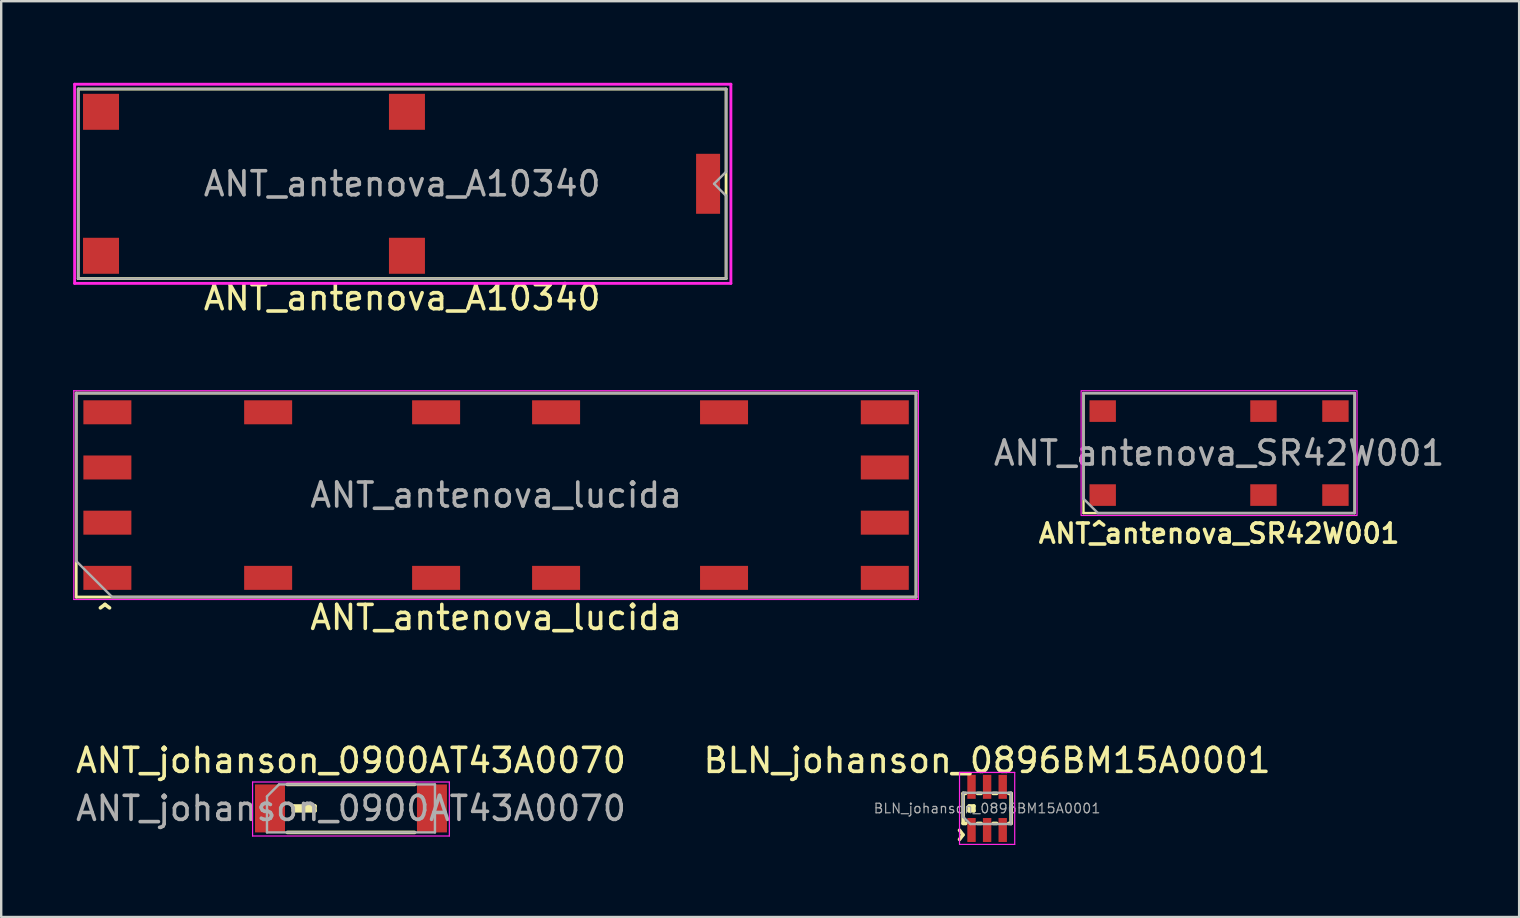
<source format=kicad_pcb>
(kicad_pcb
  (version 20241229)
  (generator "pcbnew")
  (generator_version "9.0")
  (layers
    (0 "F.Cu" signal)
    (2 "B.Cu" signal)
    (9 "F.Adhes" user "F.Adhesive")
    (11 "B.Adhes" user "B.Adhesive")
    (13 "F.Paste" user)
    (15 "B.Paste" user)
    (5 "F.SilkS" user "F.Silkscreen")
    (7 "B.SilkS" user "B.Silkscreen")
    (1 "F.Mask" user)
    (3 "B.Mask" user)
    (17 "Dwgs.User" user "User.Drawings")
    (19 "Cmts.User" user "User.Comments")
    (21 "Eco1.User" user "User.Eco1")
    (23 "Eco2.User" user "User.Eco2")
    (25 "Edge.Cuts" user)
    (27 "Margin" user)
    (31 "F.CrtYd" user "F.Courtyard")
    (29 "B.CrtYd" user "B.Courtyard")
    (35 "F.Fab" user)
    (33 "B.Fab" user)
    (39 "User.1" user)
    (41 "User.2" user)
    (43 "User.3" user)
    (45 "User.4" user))
  (footprint "BLN_johanson_0896BM15A0001"
    (placed yes)
    (layer "F.Cu")
    (at 38.089 30.642)
    (property "Reference" "BLN_johanson_0896BM15A0001" (at 0 -2 0) (layer "F.SilkS") (effects (font (size 1 1) (thickness 0.15))))
    (attr smd)
    (fp_line (start -1 -0.625) (end -1 0.625) (stroke (width 0.15) (type solid)) (layer "F.SilkS"))
    (fp_line (start -1 -0.625) (end -0.9 -0.625) (stroke (width 0.15) (type solid)) (layer "F.SilkS"))
    (fp_line (start -1 0.625) (end -0.9 0.625) (stroke (width 0.15) (type solid)) (layer "F.SilkS"))
    (fp_line (start -0.9 0.625) (end -0.925 0.625) (stroke (width 0.15) (type solid)) (layer "F.SilkS"))
    (fp_line (start -0.75 -0.1) (end -0.75 0.1) (stroke (width 0.15) (type solid)) (layer "F.SilkS"))
    (fp_line (start -0.75 0.1) (end -0.55 0.1) (stroke (width 0.15) (type solid)) (layer "F.SilkS"))
    (fp_line (start -0.65 0) (end -0.65 -0.05) (stroke (width 0.15) (type solid)) (layer "F.SilkS"))
    (fp_line (start -0.55 -0.1) (end -0.75 -0.1) (stroke (width 0.15) (type solid)) (layer "F.SilkS"))
    (fp_line (start -0.55 0.1) (end -0.55 -0.1) (stroke (width 0.15) (type solid)) (layer "F.SilkS"))
    (fp_line (start -0.4 0.625) (end -0.25 0.625) (stroke (width 0.15) (type solid)) (layer "F.SilkS"))
    (fp_line (start -0.25 -0.625) (end -0.4 -0.625) (stroke (width 0.15) (type solid)) (layer "F.SilkS"))
    (fp_line (start 0.25 -0.625) (end 0.4 -0.625) (stroke (width 0.15) (type solid)) (layer "F.SilkS"))
    (fp_line (start 0.25 0.625) (end 0.4 0.625) (stroke (width 0.15) (type solid)) (layer "F.SilkS"))
    (fp_line (start 1 -0.625) (end 0.9 -0.625) (stroke (width 0.15) (type solid)) (layer "F.SilkS"))
    (fp_line (start 1 -0.625) (end 1 0.625) (stroke (width 0.15) (type solid)) (layer "F.SilkS"))
    (fp_line (start 1 0.625) (end 0.9 0.625) (stroke (width 0.15) (type solid)) (layer "F.SilkS"))
    (fp_line (start -1.15 -1.5) (end 1.15 -1.5) (stroke (width 0.05) (type solid)) (layer "F.CrtYd"))
    (fp_line (start -1.15 1.5) (end -1.15 -1.5) (stroke (width 0.05) (type solid)) (layer "F.CrtYd"))
    (fp_line (start 1.15 -1.5) (end 1.15 1.5) (stroke (width 0.05) (type solid)) (layer "F.CrtYd"))
    (fp_line (start 1.15 1.5) (end -1.15 1.5) (stroke (width 0.05) (type solid)) (layer "F.CrtYd"))
    (fp_line (start -1 -0.65) (end 1 -0.65) (stroke (width 0.1) (type solid)) (layer "F.Fab"))
    (fp_line (start -1 0.35) (end -1 -0.65) (stroke (width 0.1) (type solid)) (layer "F.Fab"))
    (fp_line (start -0.7 0.65) (end -1 0.35) (stroke (width 0.1) (type solid)) (layer "F.Fab"))
    (fp_line (start 1 -0.65) (end 1 0.65) (stroke (width 0.1) (type solid)) (layer "F.Fab"))
    (fp_line (start 1 0.65) (end -0.7 0.65) (stroke (width 0.1) (type solid)) (layer "F.Fab"))
    (fp_text user "^" (at -1.6 1.1 270) (unlocked yes) (layer "F.SilkS") (effects (font (size 1 1) (thickness 0.15))))
    (fp_text user "${REFERENCE}" (at 0 0 0) (unlocked yes) (layer "F.Fab") (effects (font (size 0.4 0.4) (thickness 0.05))))
    (pad "+" smd rect (at 0.65 -0.9) (size 0.35 1) (layers "F.Cu" "F.Mask" "F.Paste"))
    (pad "-" smd rect (at 0.65 0.9) (size 0.35 1) (layers "F.Cu" "F.Mask" "F.Paste"))
    (pad "Gnd" smd rect (at -0.65 -0.9) (size 0.35 1) (layers "F.Cu" "F.Mask" "F.Paste"))
    (pad "Gnd" smd rect (at 0 -0.9) (size 0.35 1) (layers "F.Cu" "F.Mask" "F.Paste"))
    (pad "Gnd" smd rect (at 0 0.9) (size 0.35 1) (layers "F.Cu" "F.Mask" "F.Paste"))
    (pad "Out" smd rect (at -0.65 0.9) (size 0.35 1) (layers "F.Cu" "F.Mask" "F.Paste")))
  (footprint "ANT_antenova_SR42W001"
    (layer "F.Cu")
    (at 47.756 15.833)
    (property "Reference" "ANT_antenova_SR42W001" (at 0 3.35 0) (layer "F.SilkS") (effects (font (size 0.8 0.8) (thickness 0.15))))
    (attr smd)
    (fp_line (start -5.65 -2.5) (end -5.65 2.5) (stroke (width 0.1) (type solid)) (layer "F.SilkS"))
    (fp_line (start -5.65 2.5) (end 5.65 2.5) (stroke (width 0.1) (type solid)) (layer "F.SilkS"))
    (fp_line (start 5.65 -2.5) (end -5.65 -2.5) (stroke (width 0.1) (type solid)) (layer "F.SilkS"))
    (fp_line (start 5.65 2.5) (end 5.65 -2.5) (stroke (width 0.1) (type solid)) (layer "F.SilkS"))
    (fp_rect (start -5.75 -2.6) (end 5.75 2.6) (stroke (width 0.05) (type solid)) (fill no) (layer "F.CrtYd"))
    (fp_line (start -5.65 -2.5) (end 5.65 -2.5) (stroke (width 0.1) (type solid)) (layer "F.Fab"))
    (fp_line (start -5.65 1.9) (end -5.65 -2.5) (stroke (width 0.1) (type solid)) (layer "F.Fab"))
    (fp_line (start -5.05 2.5) (end -5.65 1.9) (stroke (width 0.1) (type solid)) (layer "F.Fab"))
    (fp_line (start 5.65 -2.5) (end 5.65 2.5) (stroke (width 0.1) (type solid)) (layer "F.Fab"))
    (fp_line (start 5.65 2.5) (end -5.05 2.5) (stroke (width 0.1) (type solid)) (layer "F.Fab"))
    (fp_text user "^" (at -5 3.45 0) (unlocked yes) (layer "F.SilkS") (effects (font (size 1 1) (thickness 0.15))))
    (fp_text user "${REFERENCE}" (at 0 0 0) (layer "F.Fab") (effects (font (size 1 1) (thickness 0.15))))
    (pad "1" smd rect (at -4.85 1.75) (size 1.1 0.9) (layers "F.Cu" "F.Mask" "F.Paste"))
    (pad "2" smd rect (at 1.85 1.75) (size 1.1 0.9) (layers "F.Cu" "F.Mask" "F.Paste"))
    (pad "3" smd rect (at 4.85 1.75) (size 1.1 0.9) (layers "F.Cu" "F.Mask" "F.Paste"))
    (pad "4" smd rect (at 4.85 -1.75) (size 1.1 0.9) (layers "F.Cu" "F.Mask" "F.Paste"))
    (pad "5" smd rect (at 1.85 -1.75) (size 1.1 0.9) (layers "F.Cu" "F.Mask" "F.Paste"))
    (pad "6" smd rect (at -4.85 -1.75) (size 1.1 0.9) (layers "F.Cu" "F.Mask" "F.Paste")))
  (footprint "ANT_antenova_A10340"
    (layer "F.Cu")
    (at 13.71 4.61)
    (property "Reference" "ANT_antenova_A10340" (at 0 4.75 0) (unlocked yes) (layer "F.SilkS") (effects (font (size 1 1) (thickness 0.15))))
    (attr smd)
    (fp_line (start -13.5 -3.95) (end 13.5 -3.95) (stroke (width 0.12) (type solid)) (layer "F.SilkS"))
    (fp_line (start -13.5 3.95) (end -13.5 -3.95) (stroke (width 0.12) (type solid)) (layer "F.SilkS"))
    (fp_line (start 13.5 -3.95) (end 13.5 3.95) (stroke (width 0.12) (type solid)) (layer "F.SilkS"))
    (fp_line (start 13.5 3.95) (end -13.5 3.95) (stroke (width 0.12) (type solid)) (layer "F.SilkS"))
    (fp_line (start 15.5 4.45) (end 15.5 -4.55) (stroke (width 0.12) (type solid)) (layer "Eco1.User"))
    (fp_line (start -13.65 -4.15) (end -13.65 4.15) (stroke (width 0.12) (type solid)) (layer "F.CrtYd"))
    (fp_line (start -13.65 4.15) (end 13.7 4.15) (stroke (width 0.12) (type solid)) (layer "F.CrtYd"))
    (fp_line (start 13.7 -4.15) (end -13.65 -4.15) (stroke (width 0.12) (type solid)) (layer "F.CrtYd"))
    (fp_line (start 13.7 4.15) (end 13.7 -4.15) (stroke (width 0.12) (type solid)) (layer "F.CrtYd"))
    (fp_line (start -13.5 -3.95) (end 13.5 -3.95) (stroke (width 0.1) (type solid)) (layer "F.Fab"))
    (fp_line (start -13.5 3.95) (end -13.5 -3.95) (stroke (width 0.1) (type solid)) (layer "F.Fab"))
    (fp_line (start 13 0) (end 13.5 0.5) (stroke (width 0.1) (type solid)) (layer "F.Fab"))
    (fp_line (start 13.5 -3.95) (end 13.5 -0.5) (stroke (width 0.1) (type solid)) (layer "F.Fab"))
    (fp_line (start 13.5 -0.5) (end 13 0) (stroke (width 0.1) (type solid)) (layer "F.Fab"))
    (fp_line (start 13.5 0.5) (end 13.5 3.95) (stroke (width 0.1) (type solid)) (layer "F.Fab"))
    (fp_line (start 13.5 3.95) (end -13.5 3.95) (stroke (width 0.1) (type solid)) (layer "F.Fab"))
    (fp_text user "${REFERENCE}" (at 0 0 0) (unlocked yes) (layer "F.Fab") (effects (font (size 1 1) (thickness 0.15))))
    (pad "1" smd rect (at 12.75 0 90) (size 2.5 1) (layers "F.Cu" "F.Mask" "F.Paste"))
    (pad "2" smd rect (at -12.55 -3 90) (size 1.5 1.5) (layers "F.Cu" "F.Mask" "F.Paste"))
    (pad "2" smd rect (at -12.55 3 90) (size 1.5 1.5) (layers "F.Cu" "F.Mask" "F.Paste"))
    (pad "2" smd rect (at 0.2 -3 90) (size 1.5 1.5) (layers "F.Cu" "F.Mask" "F.Paste"))
    (pad "2" smd rect (at 0.2 3 90) (size 1.5 1.5) (layers "F.Cu" "F.Mask" "F.Paste")))
  (footprint "ANT_johanson_0900AT43A0070"
    (layer "F.Cu")
    (at 11.577 30.642)
    (property "Reference" "ANT_johanson_0900AT43A0070" (at 0 -2 0) (layer "F.SilkS") (effects (font (size 1 1) (thickness 0.15))))
    (attr smd)
    (fp_line (start -2.65 1) (end 2.65 1) (stroke (width 0.15) (type solid)) (layer "F.SilkS"))
    (fp_line (start -2.4 -0.1) (end -1.5 -0.1) (stroke (width 0.15) (type solid)) (layer "F.SilkS"))
    (fp_line (start -2.4 0) (end -2.4 -0.1) (stroke (width 0.15) (type solid)) (layer "F.SilkS"))
    (fp_line (start -2.4 0.1) (end -2.4 0) (stroke (width 0.15) (type solid)) (layer "F.SilkS"))
    (fp_line (start -2.3 0) (end -1.6 0) (stroke (width 0.15) (type solid)) (layer "F.SilkS"))
    (fp_line (start -1.5 -0.1) (end -1.5 0.1) (stroke (width 0.15) (type solid)) (layer "F.SilkS"))
    (fp_line (start -1.5 0.1) (end -2.4 0.1) (stroke (width 0.15) (type solid)) (layer "F.SilkS"))
    (fp_line (start 2.65 -1) (end -2.65 -1) (stroke (width 0.15) (type solid)) (layer "F.SilkS"))
    (fp_line (start -4.1 -1.1) (end 4.1 -1.1) (stroke (width 0.05) (type solid)) (layer "F.CrtYd"))
    (fp_line (start -4.1 1.15) (end -4.1 -1.1) (stroke (width 0.05) (type solid)) (layer "F.CrtYd"))
    (fp_line (start 4.1 -1.1) (end 4.1 1.15) (stroke (width 0.05) (type solid)) (layer "F.CrtYd"))
    (fp_line (start 4.1 1.15) (end -4.1 1.15) (stroke (width 0.05) (type solid)) (layer "F.CrtYd"))
    (fp_line (start -3.5 -0.5) (end -3 -1) (stroke (width 0.1) (type solid)) (layer "F.Fab"))
    (fp_line (start -3.5 1) (end -3.5 -0.5) (stroke (width 0.1) (type solid)) (layer "F.Fab"))
    (fp_line (start -3 -1) (end 3.5 -1) (stroke (width 0.1) (type solid)) (layer "F.Fab"))
    (fp_line (start 3.5 -1) (end 3.5 1) (stroke (width 0.1) (type solid)) (layer "F.Fab"))
    (fp_line (start 3.5 1) (end -3.5 1) (stroke (width 0.1) (type solid)) (layer "F.Fab"))
    (fp_text user "${REFERENCE}" (at 0 0 0) (unlocked yes) (layer "F.Fab") (effects (font (size 1 1) (thickness 0.15))))
    (pad "1" smd rect (at -3.375 0) (size 1.25 2) (layers "F.Cu" "F.Mask" "F.Paste"))
    (pad "2" smd rect (at 3.375 0) (size 1.25 2) (layers "F.Cu" "F.Mask" "F.Paste")))
  (footprint "ANT_antenova_lucida"
    (layer "F.Cu")
    (at 17.625 17.583)
    (property "Reference" "ANT_antenova_lucida" (at 0 5.1 0) (unlocked yes) (layer "F.SilkS") (effects (font (size 1 1) (thickness 0.15))))
    (attr smd)
    (fp_line (start -17.5 -4.25) (end 17.5 -4.25) (stroke (width 0.12) (type solid)) (layer "F.SilkS"))
    (fp_line (start -17.5 4.25) (end -17.5 -4.25) (stroke (width 0.12) (type solid)) (layer "F.SilkS"))
    (fp_line (start 17.5 -4.25) (end 17.5 4.25) (stroke (width 0.12) (type solid)) (layer "F.SilkS"))
    (fp_line (start 17.5 4.25) (end -17.5 4.25) (stroke (width 0.12) (type solid)) (layer "F.SilkS"))
    (fp_line (start -17.5 7.15) (end 17.5 7.15) (stroke (width 0.12) (type solid)) (layer "Eco1.User"))
    (fp_line (start -17.6 -4.35) (end 17.6 -4.35) (stroke (width 0.05) (type solid)) (layer "F.CrtYd"))
    (fp_line (start -17.6 4.35) (end -17.6 -4.35) (stroke (width 0.05) (type solid)) (layer "F.CrtYd"))
    (fp_line (start 17.6 -4.35) (end 17.6 4.35) (stroke (width 0.05) (type solid)) (layer "F.CrtYd"))
    (fp_line (start 17.6 4.35) (end -17.6 4.35) (stroke (width 0.05) (type solid)) (layer "F.CrtYd"))
    (fp_line (start -17.5 -4.25) (end 17.5 -4.25) (stroke (width 0.1) (type solid)) (layer "F.Fab"))
    (fp_line (start -17.5 2.75) (end -17.5 -4.25) (stroke (width 0.1) (type solid)) (layer "F.Fab"))
    (fp_line (start -16 4.25) (end -17.5 2.75) (stroke (width 0.1) (type solid)) (layer "F.Fab"))
    (fp_line (start 17.5 -4.25) (end 17.5 4.25) (stroke (width 0.1) (type solid)) (layer "F.Fab"))
    (fp_line (start 17.5 4.25) (end -16 4.25) (stroke (width 0.1) (type solid)) (layer "F.Fab"))
    (fp_text user "^" (at -16.3 5.15 0) (unlocked yes) (layer "F.SilkS") (effects (font (size 1 1) (thickness 0.15))))
    (fp_text user "${REFERENCE}" (at 0 0 0) (unlocked yes) (layer "F.Fab") (effects (font (size 1 1) (thickness 0.15))))
    (pad "1" smd rect (at -16.2 3.45) (size 2 1) (layers "F.Cu" "F.Mask" "F.Paste"))
    (pad "2" smd rect (at -9.5 3.45) (size 2 1) (layers "F.Cu" "F.Mask" "F.Paste"))
    (pad "3" smd rect (at -2.5 3.45) (size 2 1) (layers "F.Cu" "F.Mask" "F.Paste"))
    (pad "4" smd rect (at 2.5 3.45) (size 2 1) (layers "F.Cu" "F.Mask" "F.Paste"))
    (pad "5" smd rect (at 9.5 3.45) (size 2 1) (layers "F.Cu" "F.Mask" "F.Paste"))
    (pad "6" smd rect (at 16.2 3.45) (size 2 1) (layers "F.Cu" "F.Mask" "F.Paste"))
    (pad "7" smd rect (at 16.2 1.15) (size 2 1) (layers "F.Cu" "F.Mask" "F.Paste"))
    (pad "8" smd rect (at 16.2 -1.15 180) (size 2 1) (layers "F.Cu" "F.Mask" "F.Paste"))
    (pad "9" smd rect (at 16.2 -3.45 180) (size 2 1) (layers "F.Cu" "F.Mask" "F.Paste"))
    (pad "10" smd rect (at 9.5 -3.45 180) (size 2 1) (layers "F.Cu" "F.Mask" "F.Paste"))
    (pad "11" smd rect (at 2.5 -3.45 180) (size 2 1) (layers "F.Cu" "F.Mask" "F.Paste"))
    (pad "12" smd rect (at -2.5 -3.45 180) (size 2 1) (layers "F.Cu" "F.Mask" "F.Paste"))
    (pad "13" smd rect (at -9.5 -3.45 180) (size 2 1) (layers "F.Cu" "F.Mask" "F.Paste"))
    (pad "14" smd rect (at -16.2 -3.45 180) (size 2 1) (layers "F.Cu" "F.Mask" "F.Paste"))
    (pad "15" smd rect (at -16.2 -1.15 180) (size 2 1) (layers "F.Cu" "F.Mask" "F.Paste"))
    (pad "16" smd rect (at -16.2 1.15) (size 2 1) (layers "F.Cu" "F.Mask" "F.Paste")))
  (gr_rect
    (start -3 -3)
    (end 60.262 35.166)
    (stroke (width 0.1) (type default))
    (fill no)
    (layer "Edge.Cuts")))
</source>
